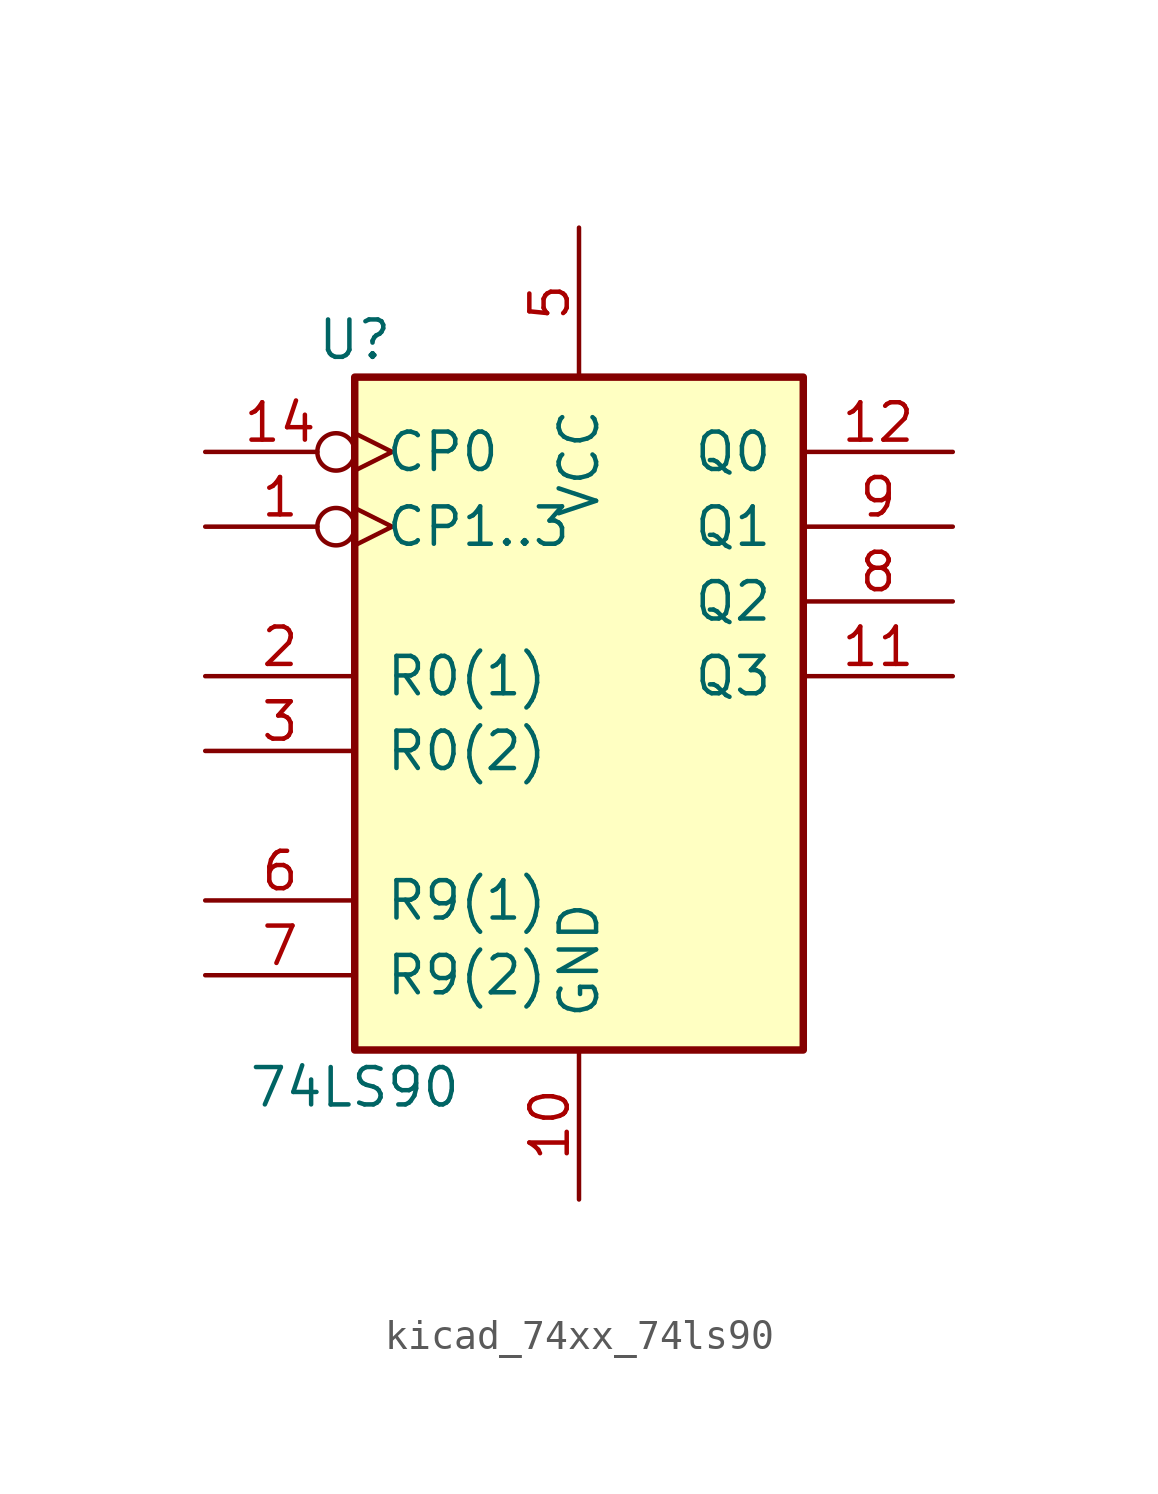
<source format=kicad_sym>
(kicad_symbol_lib
  (version 20220914)
  (generator kicad_symbol_editor)
  (symbol "kicad_74xx_74ls90"
    (pin_names
      (offset 1.016))
    (property "Reference" "U"
      (at -7.62 11.43 0)
      (effects (font (size 1.27 1.27))))
    (property "Value" "74LS90"
      (at -7.62 -13.97 0)
      (effects (font (size 1.27 1.27))))
    (property "ki_locked" ""
      (at 0 0 0)
      (effects (font (size 1.27 1.27))))
    (symbol "kicad_74xx_74ls90_1_0"
      (pin input inverted_clock (at -12.7 5.08 0) (length 5.08) (name "CP1..3" (effects (font (size 1.27 1.27)))) (number "1" (effects (font (size 1.27 1.27)))))
      (pin power_in line (at 0 -17.78 90) (length 5.08) (name "GND" (effects (font (size 1.27 1.27)))) (number "10" (effects (font (size 1.27 1.27)))))
      (pin output line (at 12.7 0 180) (length 5.08) (name "Q3" (effects (font (size 1.27 1.27)))) (number "11" (effects (font (size 1.27 1.27)))))
      (pin output line (at 12.7 7.62 180) (length 5.08) (name "Q0" (effects (font (size 1.27 1.27)))) (number "12" (effects (font (size 1.27 1.27)))))
      (pin input inverted_clock (at -12.7 7.62 0) (length 5.08) (name "CP0" (effects (font (size 1.27 1.27)))) (number "14" (effects (font (size 1.27 1.27)))))
      (pin input line (at -12.7 0 0) (length 5.08) (name "R0(1)" (effects (font (size 1.27 1.27)))) (number "2" (effects (font (size 1.27 1.27)))))
      (pin input line (at -12.7 -2.54 0) (length 5.08) (name "R0(2)" (effects (font (size 1.27 1.27)))) (number "3" (effects (font (size 1.27 1.27)))))
      (pin power_in line (at 0 15.24 270) (length 5.08) (name "VCC" (effects (font (size 1.27 1.27)))) (number "5" (effects (font (size 1.27 1.27)))))
      (pin input line (at -12.7 -7.62 0) (length 5.08) (name "R9(1)" (effects (font (size 1.27 1.27)))) (number "6" (effects (font (size 1.27 1.27)))))
      (pin input line (at -12.7 -10.16 0) (length 5.08) (name "R9(2)" (effects (font (size 1.27 1.27)))) (number "7" (effects (font (size 1.27 1.27)))))
      (pin output line (at 12.7 2.54 180) (length 5.08) (name "Q2" (effects (font (size 1.27 1.27)))) (number "8" (effects (font (size 1.27 1.27)))))
      (pin output line (at 12.7 5.08 180) (length 5.08) (name "Q1" (effects (font (size 1.27 1.27)))) (number "9" (effects (font (size 1.27 1.27))))))
    (symbol "kicad_74xx_74ls90_1_1"
      (rectangle (start -7.62 10.16) (end 7.62 -12.7) (stroke (width 0.254) (type default)) (fill (type background))))))
</source>
